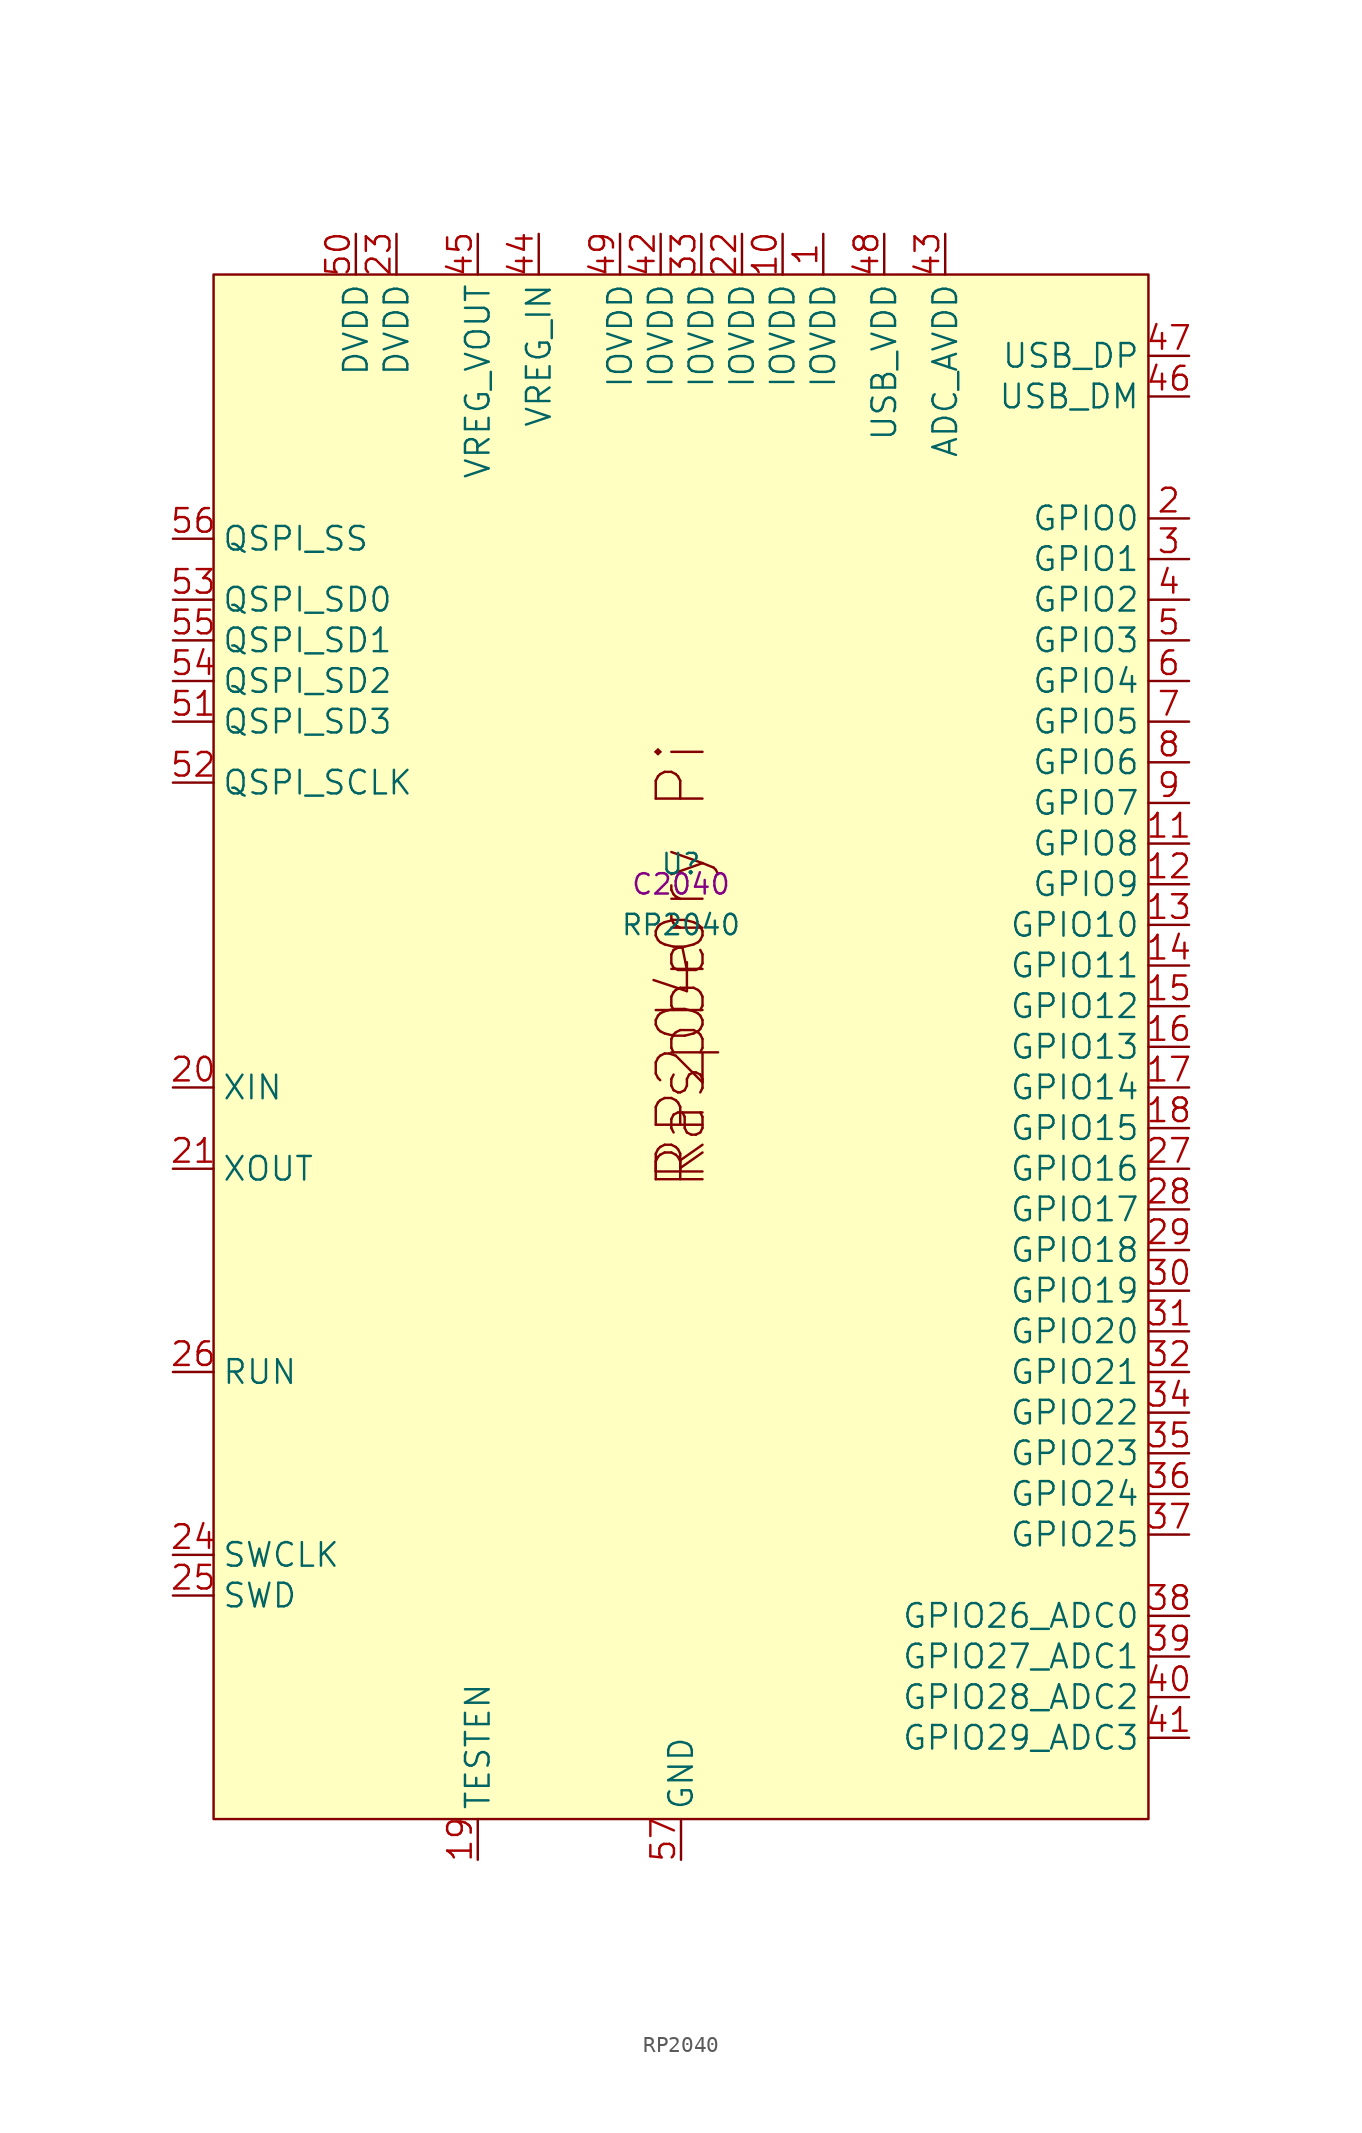
<source format=kicad_sym>
(kicad_symbol_lib
  (version 20210201)
  (generator TousstNicolas/JLC2KiCad_lib)
  (symbol "RP2040"
    (property "Reference" "U"
      (at 0 1.27 0)
      (effects (font (size 1.27 1.27))))
    (property "Value" "RP2040"
      (at 0 -2.54 0)
      (effects (font (size 1.27 1.27))))
    (property "LCSC" "C2040"
      (at 0 0 0)
      (effects (font (size 1.27 1.27))))
    (symbol "RP2040_0_0"
      (pin bidirectional line (at 31.75 5.08 180) (length 2.54) (name "GPIO7" (effects (font (size 1.473 1.473)))) (number "9" (effects (font (size 1.473 1.473)))))
      (pin bidirectional line (at 31.75 7.62 180) (length 2.54) (name "GPIO6" (effects (font (size 1.473 1.473)))) (number "8" (effects (font (size 1.473 1.473)))))
      (pin bidirectional line (at 31.75 10.16 180) (length 2.54) (name "GPIO5" (effects (font (size 1.473 1.473)))) (number "7" (effects (font (size 1.473 1.473)))))
      (pin bidirectional line (at 31.75 12.7 180) (length 2.54) (name "GPIO4" (effects (font (size 1.473 1.473)))) (number "6" (effects (font (size 1.473 1.473)))))
      (pin bidirectional line (at 0.0 -60.96 90) (length 2.54) (name "GND" (effects (font (size 1.473 1.473)))) (number "57" (effects (font (size 1.473 1.473)))))
      (pin bidirectional line (at -31.75 21.59 0) (length 2.54) (name "QSPI_SS" (effects (font (size 1.473 1.473)))) (number "56" (effects (font (size 1.473 1.473)))))
      (pin bidirectional line (at -31.75 15.24 0) (length 2.54) (name "QSPI_SD1" (effects (font (size 1.473 1.473)))) (number "55" (effects (font (size 1.473 1.473)))))
      (pin bidirectional line (at -31.75 12.7 0) (length 2.54) (name "QSPI_SD2" (effects (font (size 1.473 1.473)))) (number "54" (effects (font (size 1.473 1.473)))))
      (pin bidirectional line (at -31.75 17.78 0) (length 2.54) (name "QSPI_SD0" (effects (font (size 1.473 1.473)))) (number "53" (effects (font (size 1.473 1.473)))))
      (pin output line (at -31.75 6.35 0) (length 2.54) (name "QSPI_SCLK" (effects (font (size 1.473 1.473)))) (number "52" (effects (font (size 1.473 1.473)))))
      (pin bidirectional line (at -31.75 10.16 0) (length 2.54) (name "QSPI_SD3" (effects (font (size 1.473 1.473)))) (number "51" (effects (font (size 1.473 1.473)))))
      (pin bidirectional line (at -20.32 40.64 270) (length 2.54) (name "DVDD" (effects (font (size 1.473 1.473)))) (number "50" (effects (font (size 1.473 1.473)))))
      (pin bidirectional line (at 31.75 15.24 180) (length 2.54) (name "GPIO3" (effects (font (size 1.473 1.473)))) (number "5" (effects (font (size 1.473 1.473)))))
      (pin bidirectional line (at -3.81 40.64 270) (length 2.54) (name "IOVDD" (effects (font (size 1.473 1.473)))) (number "49" (effects (font (size 1.473 1.473)))))
      (pin bidirectional line (at 12.7 40.64 270) (length 2.54) (name "USB_VDD" (effects (font (size 1.473 1.473)))) (number "48" (effects (font (size 1.473 1.473)))))
      (pin bidirectional line (at 31.75 33.02 180) (length 2.54) (name "USB_DP" (effects (font (size 1.473 1.473)))) (number "47" (effects (font (size 1.473 1.473)))))
      (pin bidirectional line (at 31.75 30.48 180) (length 2.54) (name "USB_DM" (effects (font (size 1.473 1.473)))) (number "46" (effects (font (size 1.473 1.473)))))
      (pin bidirectional line (at -12.7 40.64 270) (length 2.54) (name "VREG_VOUT" (effects (font (size 1.473 1.473)))) (number "45" (effects (font (size 1.473 1.473)))))
      (pin bidirectional line (at -8.89 40.64 270) (length 2.54) (name "VREG_IN" (effects (font (size 1.473 1.473)))) (number "44" (effects (font (size 1.473 1.473)))))
      (pin bidirectional line (at 16.51 40.64 270) (length 2.54) (name "ADC_AVDD" (effects (font (size 1.473 1.473)))) (number "43" (effects (font (size 1.473 1.473)))))
      (pin bidirectional line (at -1.27 40.64 270) (length 2.54) (name "IOVDD" (effects (font (size 1.473 1.473)))) (number "42" (effects (font (size 1.473 1.473)))))
      (pin bidirectional line (at 31.75 -53.34 180) (length 2.54) (name "GPIO29_ADC3" (effects (font (size 1.473 1.473)))) (number "41" (effects (font (size 1.473 1.473)))))
      (pin bidirectional line (at 31.75 -50.8 180) (length 2.54) (name "GPIO28_ADC2" (effects (font (size 1.473 1.473)))) (number "40" (effects (font (size 1.473 1.473)))))
      (pin bidirectional line (at 31.75 17.78 180) (length 2.54) (name "GPIO2" (effects (font (size 1.473 1.473)))) (number "4" (effects (font (size 1.473 1.473)))))
      (pin bidirectional line (at 31.75 -48.26 180) (length 2.54) (name "GPIO27_ADC1" (effects (font (size 1.473 1.473)))) (number "39" (effects (font (size 1.473 1.473)))))
      (pin bidirectional line (at 31.75 -45.72 180) (length 2.54) (name "GPIO26_ADC0" (effects (font (size 1.473 1.473)))) (number "38" (effects (font (size 1.473 1.473)))))
      (pin bidirectional line (at 31.75 -40.64 180) (length 2.54) (name "GPIO25" (effects (font (size 1.473 1.473)))) (number "37" (effects (font (size 1.473 1.473)))))
      (pin bidirectional line (at 31.75 -38.1 180) (length 2.54) (name "GPIO24" (effects (font (size 1.473 1.473)))) (number "36" (effects (font (size 1.473 1.473)))))
      (pin bidirectional line (at 31.75 -35.56 180) (length 2.54) (name "GPIO23" (effects (font (size 1.473 1.473)))) (number "35" (effects (font (size 1.473 1.473)))))
      (pin bidirectional line (at 31.75 -33.02 180) (length 2.54) (name "GPIO22" (effects (font (size 1.473 1.473)))) (number "34" (effects (font (size 1.473 1.473)))))
      (pin bidirectional line (at 1.27 40.64 270) (length 2.54) (name "IOVDD" (effects (font (size 1.473 1.473)))) (number "33" (effects (font (size 1.473 1.473)))))
      (pin bidirectional line (at 31.75 -30.48 180) (length 2.54) (name "GPIO21" (effects (font (size 1.473 1.473)))) (number "32" (effects (font (size 1.473 1.473)))))
      (pin bidirectional line (at 31.75 -27.94 180) (length 2.54) (name "GPIO20" (effects (font (size 1.473 1.473)))) (number "31" (effects (font (size 1.473 1.473)))))
      (pin bidirectional line (at 31.75 -25.4 180) (length 2.54) (name "GPIO19" (effects (font (size 1.473 1.473)))) (number "30" (effects (font (size 1.473 1.473)))))
      (pin bidirectional line (at 31.75 20.32 180) (length 2.54) (name "GPIO1" (effects (font (size 1.473 1.473)))) (number "3" (effects (font (size 1.473 1.473)))))
      (pin bidirectional line (at 31.75 -22.86 180) (length 2.54) (name "GPIO18" (effects (font (size 1.473 1.473)))) (number "29" (effects (font (size 1.473 1.473)))))
      (pin bidirectional line (at 31.75 -20.32 180) (length 2.54) (name "GPIO17" (effects (font (size 1.473 1.473)))) (number "28" (effects (font (size 1.473 1.473)))))
      (pin bidirectional line (at 31.75 -17.78 180) (length 2.54) (name "GPIO16" (effects (font (size 1.473 1.473)))) (number "27" (effects (font (size 1.473 1.473)))))
      (pin input line (at -31.75 -30.48 0) (length 2.54) (name "RUN" (effects (font (size 1.473 1.473)))) (number "26" (effects (font (size 1.473 1.473)))))
      (pin bidirectional line (at -31.75 -44.45 0) (length 2.54) (name "SWD" (effects (font (size 1.473 1.473)))) (number "25" (effects (font (size 1.473 1.473)))))
      (pin output line (at -31.75 -41.91 0) (length 2.54) (name "SWCLK" (effects (font (size 1.473 1.473)))) (number "24" (effects (font (size 1.473 1.473)))))
      (pin bidirectional line (at -17.78 40.64 270) (length 2.54) (name "DVDD" (effects (font (size 1.473 1.473)))) (number "23" (effects (font (size 1.473 1.473)))))
      (pin bidirectional line (at 3.81 40.64 270) (length 2.54) (name "IOVDD" (effects (font (size 1.473 1.473)))) (number "22" (effects (font (size 1.473 1.473)))))
      (pin unspecified line (at -31.75 -17.78 0) (length 2.54) (name "XOUT" (effects (font (size 1.473 1.473)))) (number "21" (effects (font (size 1.473 1.473)))))
      (pin input line (at -31.75 -12.7 0) (length 2.54) (name "XIN" (effects (font (size 1.473 1.473)))) (number "20" (effects (font (size 1.473 1.473)))))
      (pin bidirectional line (at 31.75 22.86 180) (length 2.54) (name "GPIO0" (effects (font (size 1.473 1.473)))) (number "2" (effects (font (size 1.473 1.473)))))
      (pin unspecified line (at -12.7 -60.96 90) (length 2.54) (name "TESTEN" (effects (font (size 1.473 1.473)))) (number "19" (effects (font (size 1.473 1.473)))))
      (pin bidirectional line (at 31.75 -15.24 180) (length 2.54) (name "GPIO15" (effects (font (size 1.473 1.473)))) (number "18" (effects (font (size 1.473 1.473)))))
      (pin bidirectional line (at 31.75 -12.7 180) (length 2.54) (name "GPIO14" (effects (font (size 1.473 1.473)))) (number "17" (effects (font (size 1.473 1.473)))))
      (pin bidirectional line (at 31.75 -10.16 180) (length 2.54) (name "GPIO13" (effects (font (size 1.473 1.473)))) (number "16" (effects (font (size 1.473 1.473)))))
      (pin bidirectional line (at 31.75 -7.62 180) (length 2.54) (name "GPIO12" (effects (font (size 1.473 1.473)))) (number "15" (effects (font (size 1.473 1.473)))))
      (pin bidirectional line (at 31.75 -5.08 180) (length 2.54) (name "GPIO11" (effects (font (size 1.473 1.473)))) (number "14" (effects (font (size 1.473 1.473)))))
      (pin bidirectional line (at 31.75 -2.54 180) (length 2.54) (name "GPIO10" (effects (font (size 1.473 1.473)))) (number "13" (effects (font (size 1.473 1.473)))))
      (pin bidirectional line (at 31.75 0.0 180) (length 2.54) (name "GPIO9" (effects (font (size 1.473 1.473)))) (number "12" (effects (font (size 1.473 1.473)))))
      (pin bidirectional line (at 31.75 2.54 180) (length 2.54) (name "GPIO8" (effects (font (size 1.473 1.473)))) (number "11" (effects (font (size 1.473 1.473)))))
      (pin bidirectional line (at 6.35 40.64 270) (length 2.54) (name "IOVDD" (effects (font (size 1.473 1.473)))) (number "10" (effects (font (size 1.473 1.473)))))
      (pin bidirectional line (at 8.89 40.64 270) (length 2.54) (name "IOVDD" (effects (font (size 1.473 1.473)))) (number "1" (effects (font (size 1.473 1.473)))))
      (text "RP2040" (at 0.0 -10.16 1800.0) (effects (font (size 2.921 2.921))))
      (text "Raspberry Pi" (at 0.0 -5.08 1800.0) (effects (font (size 2.921 2.921))))
      (rectangle (start -29.21 38.1) (end 29.21 -58.42) (stroke (width 0) (type default) (color 0 0 0 0)) (fill (type background))))))
</source>
